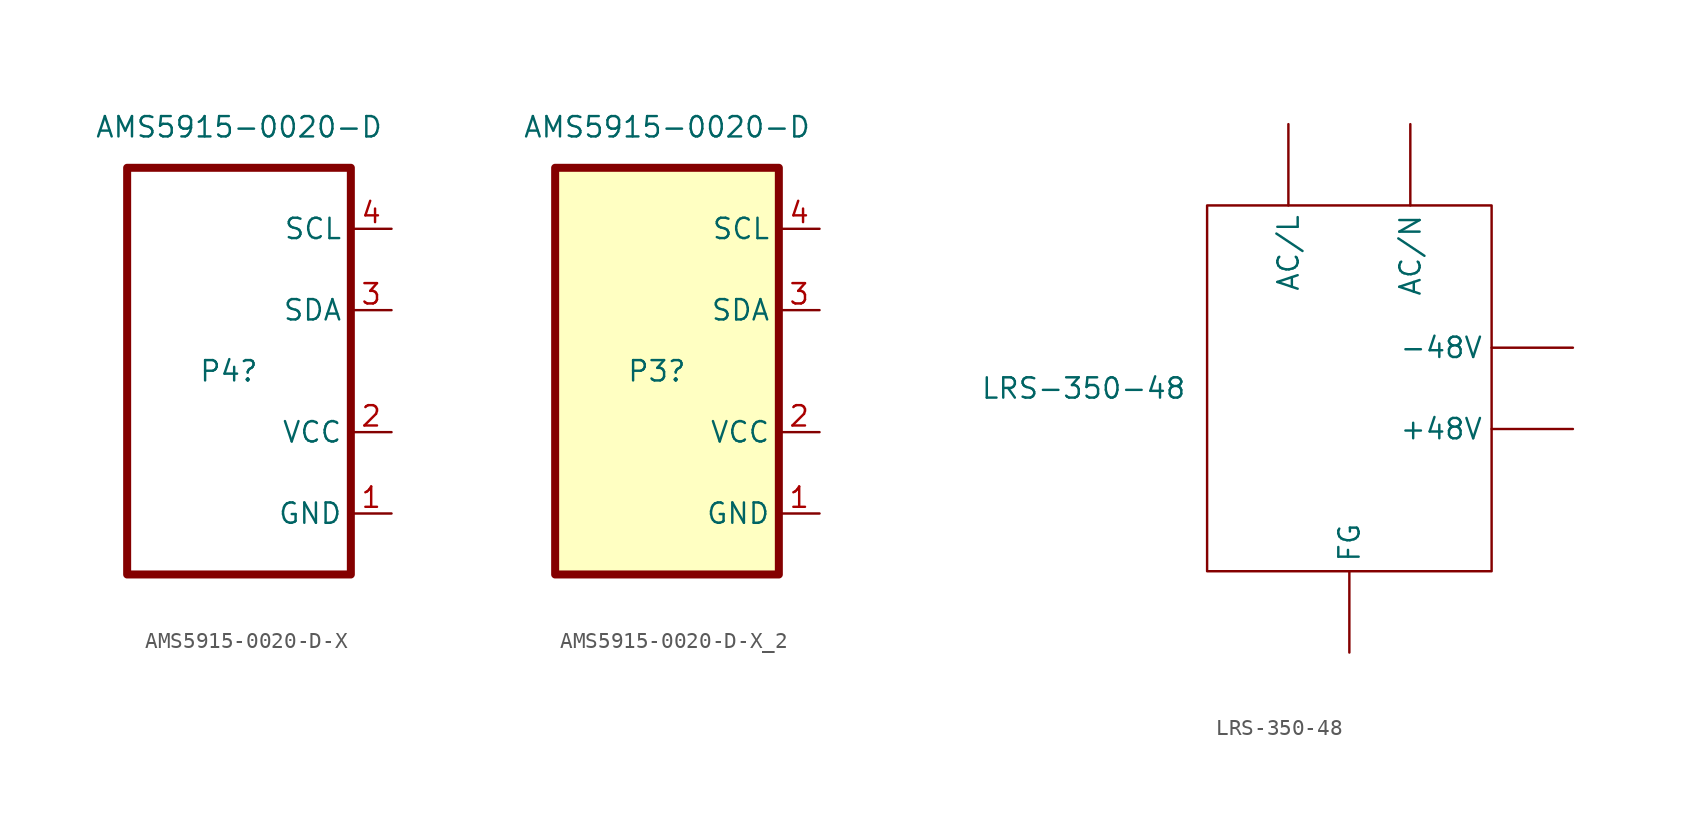
<source format=kicad_sym>
(kicad_symbol_lib
  (version 20211014)
  (generator kicad_symbol_editor)
  (symbol "AMS5915-0020-D-X"
    (property "Reference" "P4"
      (at 0 0 0)
      (effects (font (size 1.27 1.27))))
    (property "Value" "AMS5915-0020-D"
      (at 0.635 15.24 0)
      (effects (font (size 1.27 1.27))))
    (symbol "AMS5915-0020-D-X_0_1"
      (rectangle (start -6.35 12.7) (end 7.62 -12.7) (stroke (width 0.5) (type default) (color 0 0 0 0)) (fill (type none))))
    (symbol "AMS5915-0020-D-X_1_1"
      (pin input line (at 10.16 -8.89 180) (length 2.54) (name "GND" (effects (font (size 1.27 1.27)))) (number "1" (effects (font (size 1.27 1.27)))))
      (pin input line (at 10.16 -3.81 180) (length 2.54) (name "VCC" (effects (font (size 1.27 1.27)))) (number "2" (effects (font (size 1.27 1.27)))))
      (pin output line (at 10.16 3.81 180) (length 2.54) (name "SDA" (effects (font (size 1.27 1.27)))) (number "3" (effects (font (size 1.27 1.27)))))
      (pin input line (at 10.16 8.89 180) (length 2.54) (name "SCL" (effects (font (size 1.27 1.27)))) (number "4" (effects (font (size 1.27 1.27)))))))
  (symbol "AMS5915-0020-D-X_2"
    (property "Reference" "P3"
      (at 0 0 0)
      (effects (font (size 1.27 1.27))))
    (property "Value" "AMS5915-0020-D"
      (at 0.635 15.24 0)
      (effects (font (size 1.27 1.27))))
    (symbol "AMS5915-0020-D-X_2_0_1"
      (rectangle (start -6.35 12.7) (end 7.62 -12.7) (stroke (width 0.5) (type default) (color 0 0 0 0)) (fill (type background))))
    (symbol "AMS5915-0020-D-X_2_1_1"
      (pin input line (at 10.16 -8.89 180) (length 2.54) (name "GND" (effects (font (size 1.27 1.27)))) (number "1" (effects (font (size 1.27 1.27)))))
      (pin input line (at 10.16 -3.81 180) (length 2.54) (name "VCC" (effects (font (size 1.27 1.27)))) (number "2" (effects (font (size 1.27 1.27)))))
      (pin output line (at 10.16 3.81 180) (length 2.54) (name "SDA" (effects (font (size 1.27 1.27)))) (number "3" (effects (font (size 1.27 1.27)))))
      (pin input line (at 10.16 8.89 180) (length 2.54) (name "SCL" (effects (font (size 1.27 1.27)))) (number "4" (effects (font (size 1.27 1.27)))))))
  (symbol "LRS-350-48"
    (property "Reference" "LRS?"
      (at -10.16 1.27 0)
      (effects (font (size 1.27 1.27)) (justify right) hide))
    (property "Value" "LRS-350-48"
      (at -10.16 0.0001 0)
      (effects (font (size 1.27 1.27)) (justify right)))
    (symbol "LRS-350-48_0_1"
      (rectangle (start -8.89 11.43) (end 8.89 -11.43) (stroke (width 0) (type default) (color 0 0 0 0)) (fill (type none))))
    (symbol "LRS-350-48_1_0"
      (pin power_in line (at 0 -16.51 90) (length 5.08) (name "FG" (effects (font (size 1.27 1.27)))) (number "" (effects (font (size 0 0)))))
      (pin power_in line (at -3.81 16.51 270) (length 5.08) (name "AC/L" (effects (font (size 1.27 1.27)))) (number "1" (effects (font (size 0 0)))))
      (pin power_in line (at 3.81 16.51 270) (length 5.08) (name "AC/N" (effects (font (size 1.27 1.27)))) (number "2" (effects (font (size 0 0)))))
      (pin power_out line (at 13.97 -2.54 180) (length 5.08) (name "+48V" (effects (font (size 1.27 1.27)))) (number "4" (effects (font (size 0 0)))))
      (pin power_out line (at 13.97 2.54 180) (length 5.08) (name "-48V" (effects (font (size 1.27 1.27)))) (number "4" (effects (font (size 0 0))))))))
</source>
